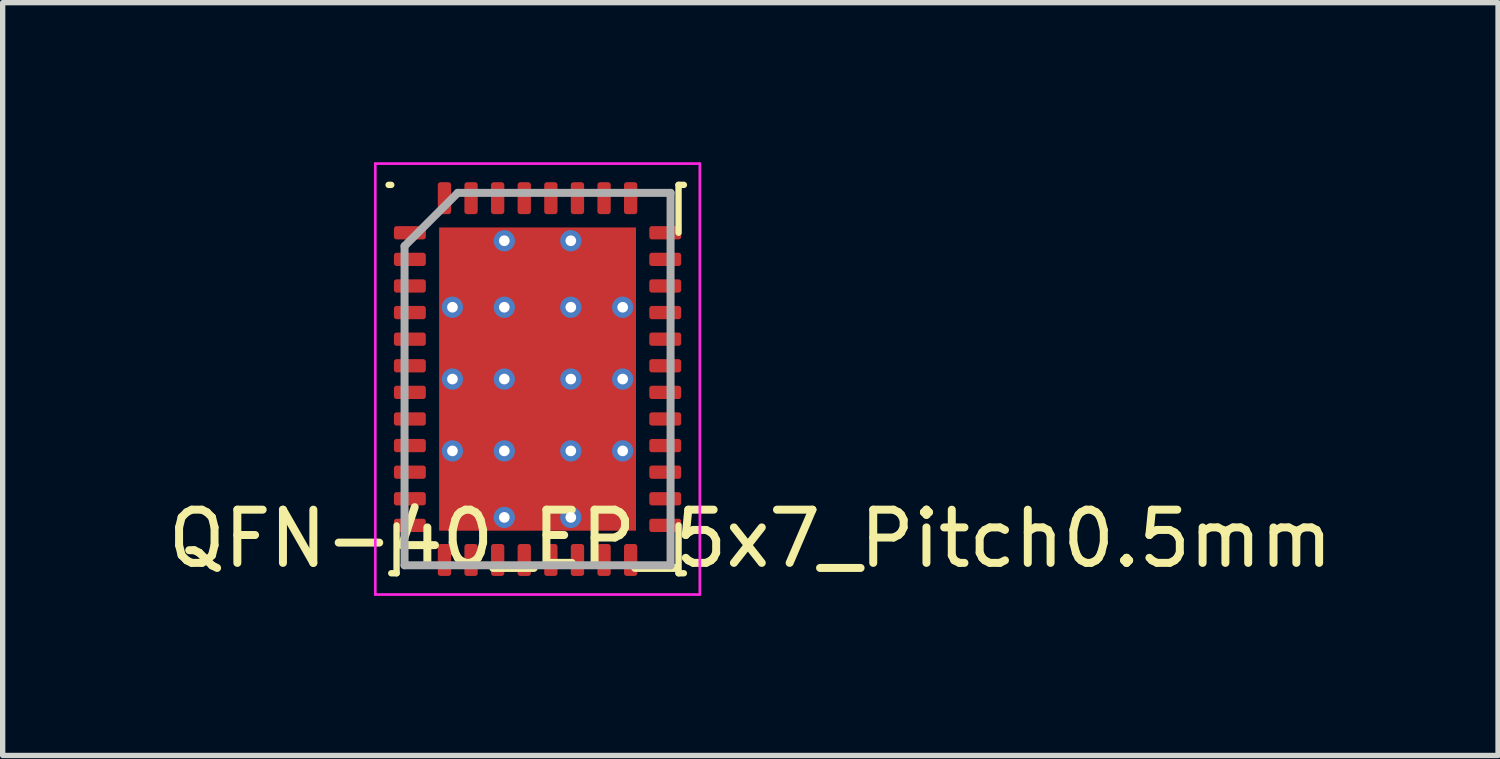
<source format=kicad_pcb>
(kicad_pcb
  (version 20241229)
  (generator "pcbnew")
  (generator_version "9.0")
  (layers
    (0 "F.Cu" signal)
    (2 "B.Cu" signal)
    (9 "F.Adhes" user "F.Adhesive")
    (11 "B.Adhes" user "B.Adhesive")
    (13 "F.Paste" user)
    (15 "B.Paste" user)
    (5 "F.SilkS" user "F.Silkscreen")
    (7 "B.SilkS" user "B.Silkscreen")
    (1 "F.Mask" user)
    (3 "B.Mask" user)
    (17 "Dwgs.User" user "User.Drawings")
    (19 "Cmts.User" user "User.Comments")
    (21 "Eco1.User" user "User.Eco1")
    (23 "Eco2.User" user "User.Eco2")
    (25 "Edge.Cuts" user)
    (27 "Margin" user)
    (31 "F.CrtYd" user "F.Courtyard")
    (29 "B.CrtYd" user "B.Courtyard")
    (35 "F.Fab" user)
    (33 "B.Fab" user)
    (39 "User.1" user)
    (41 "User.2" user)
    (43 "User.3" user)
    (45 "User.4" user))
  (footprint "QFN-40_EP_5x7_Pitch0.5mm"
    (layer "F.Cu")
    (at 7.054 4.075)
    (property "Reference" "QFN-40_EP_5x7_Pitch0.5mm" (at 4 3 0) (layer "F.SilkS") (effects (font (size 1 1) (thickness 0.15))))
    (attr smd)
    (fp_poly (pts (xy 1.9 2.9) (xy -1.9 2.9) (xy -1.9 -2.9) (xy 1.9 -2.9)) (stroke (width 0.1) (type solid)) (fill yes) (layer "B.Mask"))
    (fp_line (start -2.75 -3.65) (end -2.8 -3.65) (stroke (width 0.12) (type solid)) (layer "F.SilkS"))
    (fp_line (start -2.75 3.65) (end -2.65 3.65) (stroke (width 0.12) (type solid)) (layer "F.SilkS"))
    (fp_line (start -2.65 3.65) (end -2.65 2.75) (stroke (width 0.12) (type solid)) (layer "F.SilkS"))
    (fp_line (start 2.65 -3.65) (end 2.65 -2.75) (stroke (width 0.12) (type solid)) (layer "F.SilkS"))
    (fp_line (start 2.65 3.65) (end 2.65 2.75) (stroke (width 0.12) (type solid)) (layer "F.SilkS"))
    (fp_line (start 2.75 -3.65) (end 2.65 -3.65) (stroke (width 0.12) (type solid)) (layer "F.SilkS"))
    (fp_line (start 2.75 3.65) (end 2.65 3.65) (stroke (width 0.12) (type solid)) (layer "F.SilkS"))
    (fp_poly (pts (xy -0.8 -1.6) (xy -1.8 -1.6) (xy -1.8 -2.6) (xy -0.8 -2.6)) (stroke (width 0.1) (type solid)) (fill yes) (layer "F.Paste"))
    (fp_poly (pts (xy -0.8 -0.2) (xy -1.8 -0.2) (xy -1.8 -1.2) (xy -0.8 -1.2)) (stroke (width 0.1) (type solid)) (fill yes) (layer "F.Paste"))
    (fp_poly (pts (xy -0.8 1.2) (xy -1.8 1.2) (xy -1.8 0.2) (xy -0.8 0.2)) (stroke (width 0.1) (type solid)) (fill yes) (layer "F.Paste"))
    (fp_poly (pts (xy -0.8 2.6) (xy -1.8 2.6) (xy -1.8 1.6) (xy -0.8 1.6)) (stroke (width 0.1) (type solid)) (fill yes) (layer "F.Paste"))
    (fp_poly (pts (xy 0.5 -1.6) (xy -0.5 -1.6) (xy -0.5 -2.6) (xy 0.5 -2.6)) (stroke (width 0.1) (type solid)) (fill yes) (layer "F.Paste"))
    (fp_poly (pts (xy 0.5 -0.2) (xy -0.5 -0.2) (xy -0.5 -1.2) (xy 0.5 -1.2)) (stroke (width 0.1) (type solid)) (fill yes) (layer "F.Paste"))
    (fp_poly (pts (xy 0.5 1.2) (xy -0.5 1.2) (xy -0.5 0.2) (xy 0.5 0.2)) (stroke (width 0.1) (type solid)) (fill yes) (layer "F.Paste"))
    (fp_poly (pts (xy 0.5 2.6) (xy -0.5 2.6) (xy -0.5 1.6) (xy 0.5 1.6)) (stroke (width 0.1) (type solid)) (fill yes) (layer "F.Paste"))
    (fp_poly (pts (xy 1.8 -1.6) (xy 0.8 -1.6) (xy 0.8 -2.6) (xy 1.8 -2.6)) (stroke (width 0.1) (type solid)) (fill yes) (layer "F.Paste"))
    (fp_poly (pts (xy 1.8 -0.2) (xy 0.8 -0.2) (xy 0.8 -1.2) (xy 1.8 -1.2)) (stroke (width 0.1) (type solid)) (fill yes) (layer "F.Paste"))
    (fp_poly (pts (xy 1.8 1.2) (xy 0.8 1.2) (xy 0.8 0.2) (xy 1.8 0.2)) (stroke (width 0.1) (type solid)) (fill yes) (layer "F.Paste"))
    (fp_poly (pts (xy 1.8 2.6) (xy 0.8 2.6) (xy 0.8 1.6) (xy 1.8 1.6)) (stroke (width 0.1) (type solid)) (fill yes) (layer "F.Paste"))
    (fp_line (start -3.05 -4.05) (end 3.05 -4.05) (stroke (width 0.05) (type solid)) (layer "F.CrtYd"))
    (fp_line (start -3.05 4.05) (end -3.05 -4.05) (stroke (width 0.05) (type solid)) (layer "F.CrtYd"))
    (fp_line (start 3.05 -4.05) (end 3.05 4.05) (stroke (width 0.05) (type solid)) (layer "F.CrtYd"))
    (fp_line (start 3.05 4.05) (end -3.05 4.05) (stroke (width 0.05) (type solid)) (layer "F.CrtYd"))
    (fp_line (start -2.5 -2.5) (end -2.5 3.5) (stroke (width 0.15) (type solid)) (layer "F.Fab"))
    (fp_line (start -2.5 3.5) (end 2.5 3.5) (stroke (width 0.15) (type solid)) (layer "F.Fab"))
    (fp_line (start -1.5 -3.5) (end -2.5 -2.5) (stroke (width 0.15) (type solid)) (layer "F.Fab"))
    (fp_line (start 2.5 -3.5) (end -1.5 -3.5) (stroke (width 0.15) (type solid)) (layer "F.Fab"))
    (fp_line (start 2.5 3.5) (end 2.5 -3.5) (stroke (width 0.15) (type solid)) (layer "F.Fab"))
    (pad "1" smd roundrect (at -2.4 -2.75 90) (size 0.25 0.6) (layers "F.Cu" "F.Mask" "F.Paste") (roundrect_rratio 0.2))
    (pad "2" smd roundrect (at -2.4 -2.25 90) (size 0.25 0.6) (layers "F.Cu" "F.Mask" "F.Paste") (roundrect_rratio 0.2))
    (pad "3" smd roundrect (at -2.4 -1.75 90) (size 0.25 0.6) (layers "F.Cu" "F.Mask" "F.Paste") (roundrect_rratio 0.2))
    (pad "4" smd roundrect (at -2.4 -1.25 90) (size 0.25 0.6) (layers "F.Cu" "F.Mask" "F.Paste") (roundrect_rratio 0.2))
    (pad "5" smd roundrect (at -2.4 -0.75 90) (size 0.25 0.6) (layers "F.Cu" "F.Mask" "F.Paste") (roundrect_rratio 0.2))
    (pad "6" smd roundrect (at -2.4 -0.25 90) (size 0.25 0.6) (layers "F.Cu" "F.Mask" "F.Paste") (roundrect_rratio 0.2))
    (pad "7" smd roundrect (at -2.4 0.25 90) (size 0.25 0.6) (layers "F.Cu" "F.Mask" "F.Paste") (roundrect_rratio 0.2))
    (pad "8" smd roundrect (at -2.4 0.75 90) (size 0.25 0.6) (layers "F.Cu" "F.Mask" "F.Paste") (roundrect_rratio 0.2))
    (pad "9" smd roundrect (at -2.4 1.25 90) (size 0.25 0.6) (layers "F.Cu" "F.Mask" "F.Paste") (roundrect_rratio 0.2))
    (pad "10" smd roundrect (at -2.4 1.75 90) (size 0.25 0.6) (layers "F.Cu" "F.Mask" "F.Paste") (roundrect_rratio 0.2))
    (pad "11" smd roundrect (at -2.4 2.25 90) (size 0.25 0.6) (layers "F.Cu" "F.Mask" "F.Paste") (roundrect_rratio 0.2))
    (pad "12" smd roundrect (at -2.4 2.75 90) (size 0.25 0.6) (layers "F.Cu" "F.Mask" "F.Paste") (roundrect_rratio 0.2))
    (pad "13" smd roundrect (at -1.75 3.4 180) (size 0.25 0.6) (layers "F.Cu" "F.Mask" "F.Paste") (roundrect_rratio 0.2))
    (pad "14" smd roundrect (at -1.25 3.4 180) (size 0.25 0.6) (layers "F.Cu" "F.Mask" "F.Paste") (roundrect_rratio 0.2))
    (pad "15" smd roundrect (at -0.75 3.4 180) (size 0.25 0.6) (layers "F.Cu" "F.Mask" "F.Paste") (roundrect_rratio 0.2))
    (pad "16" smd roundrect (at -0.25 3.4 180) (size 0.25 0.6) (layers "F.Cu" "F.Mask" "F.Paste") (roundrect_rratio 0.2))
    (pad "17" smd roundrect (at 0.25 3.4 180) (size 0.25 0.6) (layers "F.Cu" "F.Mask" "F.Paste") (roundrect_rratio 0.2))
    (pad "18" smd roundrect (at 0.75 3.4 180) (size 0.25 0.6) (layers "F.Cu" "F.Mask" "F.Paste") (roundrect_rratio 0.2))
    (pad "19" smd roundrect (at 1.25 3.4 180) (size 0.25 0.6) (layers "F.Cu" "F.Mask" "F.Paste") (roundrect_rratio 0.2))
    (pad "20" smd roundrect (at 1.75 3.4 180) (size 0.25 0.6) (layers "F.Cu" "F.Mask" "F.Paste") (roundrect_rratio 0.2))
    (pad "21" smd roundrect (at 2.4 2.75 90) (size 0.25 0.6) (layers "F.Cu" "F.Mask" "F.Paste") (roundrect_rratio 0.2))
    (pad "22" smd roundrect (at 2.4 2.25 90) (size 0.25 0.6) (layers "F.Cu" "F.Mask" "F.Paste") (roundrect_rratio 0.2))
    (pad "23" smd roundrect (at 2.4 1.75 90) (size 0.25 0.6) (layers "F.Cu" "F.Mask" "F.Paste") (roundrect_rratio 0.2))
    (pad "24" smd roundrect (at 2.4 1.25 90) (size 0.25 0.6) (layers "F.Cu" "F.Mask" "F.Paste") (roundrect_rratio 0.2))
    (pad "25" smd roundrect (at 2.4 0.75 90) (size 0.25 0.6) (layers "F.Cu" "F.Mask" "F.Paste") (roundrect_rratio 0.2))
    (pad "26" smd roundrect (at 2.4 0.25 90) (size 0.25 0.6) (layers "F.Cu" "F.Mask" "F.Paste") (roundrect_rratio 0.2))
    (pad "27" smd roundrect (at 2.4 -0.25 90) (size 0.25 0.6) (layers "F.Cu" "F.Mask" "F.Paste") (roundrect_rratio 0.2))
    (pad "28" smd roundrect (at 2.4 -0.75 90) (size 0.25 0.6) (layers "F.Cu" "F.Mask" "F.Paste") (roundrect_rratio 0.2))
    (pad "29" smd roundrect (at 2.4 -1.25 90) (size 0.25 0.6) (layers "F.Cu" "F.Mask" "F.Paste") (roundrect_rratio 0.2))
    (pad "30" smd roundrect (at 2.4 -1.75 90) (size 0.25 0.6) (layers "F.Cu" "F.Mask" "F.Paste") (roundrect_rratio 0.2))
    (pad "31" smd roundrect (at 2.4 -2.25 90) (size 0.25 0.6) (layers "F.Cu" "F.Mask" "F.Paste") (roundrect_rratio 0.2))
    (pad "32" smd roundrect (at 2.4 -2.75 90) (size 0.25 0.6) (layers "F.Cu" "F.Mask" "F.Paste") (roundrect_rratio 0.2))
    (pad "33" smd roundrect (at 1.75 -3.4 180) (size 0.25 0.6) (layers "F.Cu" "F.Mask" "F.Paste") (roundrect_rratio 0.2))
    (pad "34" smd roundrect (at 1.25 -3.4 180) (size 0.25 0.6) (layers "F.Cu" "F.Mask" "F.Paste") (roundrect_rratio 0.2))
    (pad "35" smd roundrect (at 0.75 -3.4 180) (size 0.25 0.6) (layers "F.Cu" "F.Mask" "F.Paste") (roundrect_rratio 0.2))
    (pad "36" smd roundrect (at 0.25 -3.4 180) (size 0.25 0.6) (layers "F.Cu" "F.Mask" "F.Paste") (roundrect_rratio 0.2))
    (pad "37" smd roundrect (at -0.25 -3.4 180) (size 0.25 0.6) (layers "F.Cu" "F.Mask" "F.Paste") (roundrect_rratio 0.2))
    (pad "38" smd roundrect (at -0.75 -3.4 180) (size 0.25 0.6) (layers "F.Cu" "F.Mask" "F.Paste") (roundrect_rratio 0.2))
    (pad "39" smd roundrect (at -1.25 -3.4 180) (size 0.25 0.6) (layers "F.Cu" "F.Mask" "F.Paste") (roundrect_rratio 0.2))
    (pad "40" smd roundrect (at -1.75 -3.4 180) (size 0.25 0.6) (layers "F.Cu" "F.Mask" "F.Paste") (roundrect_rratio 0.2))
    (pad "41" thru_hole circle (at -1.6 -1.35) (size 0.4 0.4) (drill 0.2) (layers "*.Cu" "*.Mask"))
    (pad "41" thru_hole circle (at -1.6 0) (size 0.4 0.4) (drill 0.2) (layers "*.Cu" "*.Mask"))
    (pad "41" thru_hole circle (at -1.6 1.35) (size 0.4 0.4) (drill 0.2) (layers "*.Cu" "*.Mask"))
    (pad "41" thru_hole circle (at -0.625 -2.6) (size 0.4 0.4) (drill 0.2) (layers "*.Cu" "*.Mask"))
    (pad "41" thru_hole circle (at -0.625 -1.35) (size 0.4 0.4) (drill 0.2) (layers "*.Cu" "*.Mask"))
    (pad "41" thru_hole circle (at -0.625 0) (size 0.4 0.4) (drill 0.2) (layers "*.Cu" "*.Mask"))
    (pad "41" thru_hole circle (at -0.625 1.35) (size 0.4 0.4) (drill 0.2) (layers "*.Cu" "*.Mask"))
    (pad "41" thru_hole circle (at -0.625 2.6) (size 0.4 0.4) (drill 0.2) (layers "*.Cu" "*.Mask"))
    (pad "41" smd rect (at 0 0) (size 3.7 5.7) (layers "F.Cu" "F.Mask"))
    (pad "41" thru_hole circle (at 0.625 -2.6) (size 0.4 0.4) (drill 0.2) (layers "*.Cu" "*.Mask"))
    (pad "41" thru_hole circle (at 0.625 -1.35) (size 0.4 0.4) (drill 0.2) (layers "*.Cu" "*.Mask"))
    (pad "41" thru_hole circle (at 0.625 0) (size 0.4 0.4) (drill 0.2) (layers "*.Cu" "*.Mask"))
    (pad "41" thru_hole circle (at 0.625 1.35) (size 0.4 0.4) (drill 0.2) (layers "*.Cu" "*.Mask"))
    (pad "41" thru_hole circle (at 0.625 2.6) (size 0.4 0.4) (drill 0.2) (layers "*.Cu" "*.Mask"))
    (pad "41" thru_hole circle (at 1.6 -1.35) (size 0.4 0.4) (drill 0.2) (layers "*.Cu" "*.Mask"))
    (pad "41" thru_hole circle (at 1.6 0) (size 0.4 0.4) (drill 0.2) (layers "*.Cu" "*.Mask"))
    (pad "41" thru_hole circle (at 1.6 1.35) (size 0.4 0.4) (drill 0.2) (layers "*.Cu" "*.Mask")))
  (gr_rect
    (start -3 -3)
    (end 25.107 11.15)
    (stroke (width 0.1) (type default))
    (fill no)
    (layer "Edge.Cuts")))
</source>
